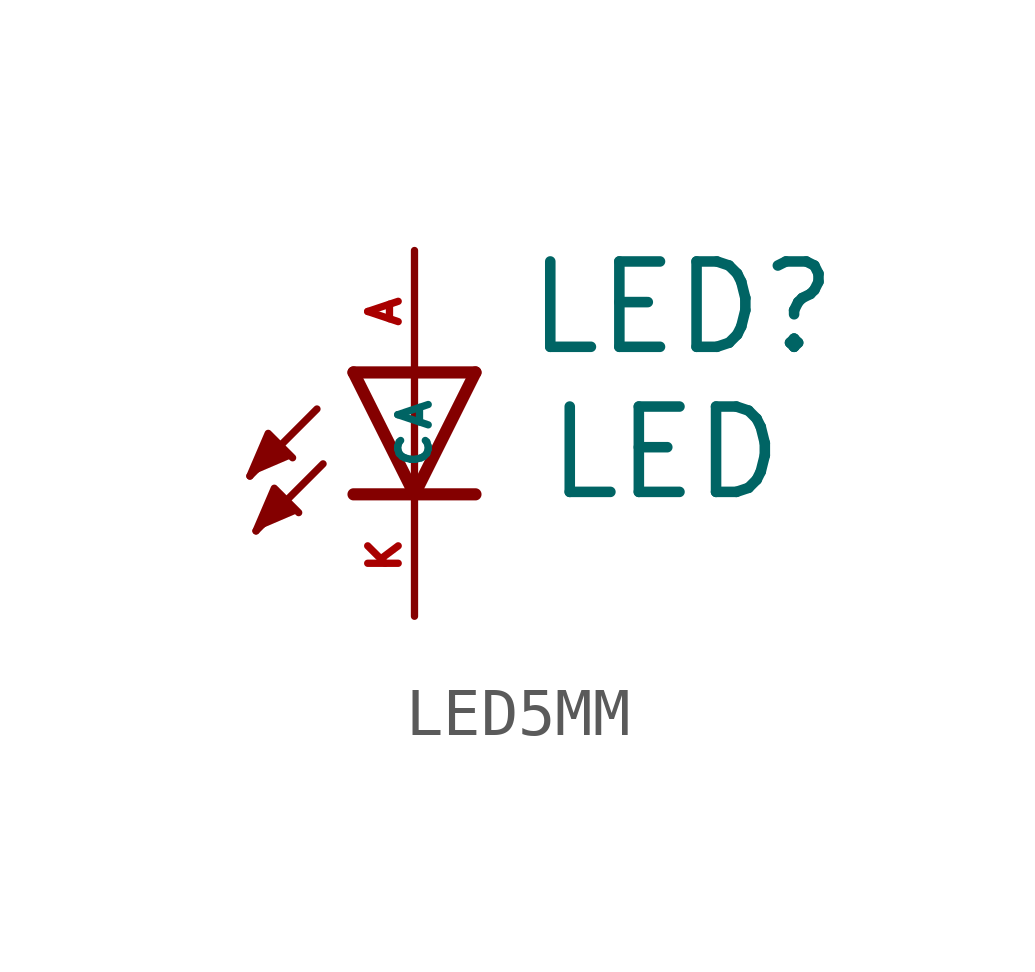
<source format=kicad_sym>
(kicad_symbol_lib
  (version 20220914)
  (generator kicad_symbol_editor)
  (symbol "LED5MM"
    (property "Reference" "LED"
      (at 2.261 0.305 0)
      (effects (font (size 1.778 1.778) (thickness 0.22)) (justify left bottom)))
    (property "Value" "LED"
      (at 2.667 -2.718 0)
      (effects (font (size 1.778 1.778) (thickness 0.22)) (justify left bottom)))
    (symbol "LED5MM_1_1"
      (polyline (pts (xy -2.032 -0.762) (xy -3.429 -2.159)) (stroke (width 0.152) (type default)) (fill (type none)))
      (polyline (pts (xy -1.905 -1.905) (xy -3.302 -3.302)) (stroke (width 0.152) (type default)) (fill (type none)))
      (polyline (pts (xy 0 -2.54) (xy -1.27 -2.54)) (stroke (width 0.254) (type default)) (fill (type none)))
      (polyline (pts (xy 0 -2.54) (xy -1.27 0)) (stroke (width 0.254) (type default)) (fill (type none)))
      (polyline (pts (xy 0 0) (xy -1.27 0)) (stroke (width 0.254) (type default)) (fill (type none)))
      (polyline (pts (xy 0 0) (xy 0 -2.54)) (stroke (width 0.152) (type default)) (fill (type none)))
      (polyline (pts (xy 1.27 -2.54) (xy 0 -2.54)) (stroke (width 0.254) (type default)) (fill (type none)))
      (polyline (pts (xy 1.27 0) (xy 0 -2.54)) (stroke (width 0.254) (type default)) (fill (type none)))
      (polyline (pts (xy 1.27 0) (xy 0 0)) (stroke (width 0.254) (type default)) (fill (type none)))
      (polyline (pts (xy -3.429 -2.159) (xy -3.048 -1.27) (xy -2.54 -1.778)) (stroke (width 0.152) (type default)) (fill (type outline)))
      (polyline (pts (xy -3.302 -3.302) (xy -2.921 -2.413) (xy -2.413 -2.921)) (stroke (width 0.152) (type default)) (fill (type outline)))
      (pin passive line (at 0 2.54 270) (length 2.54) (name "A" (effects (font (size 0.635 0.635)))) (number "A" (effects (font (size 0.635 0.635)))))
      (pin passive line (at 0 -5.08 90) (length 2.54) (name "C" (effects (font (size 0.635 0.635)))) (number "K" (effects (font (size 0.635 0.635))))))))
</source>
